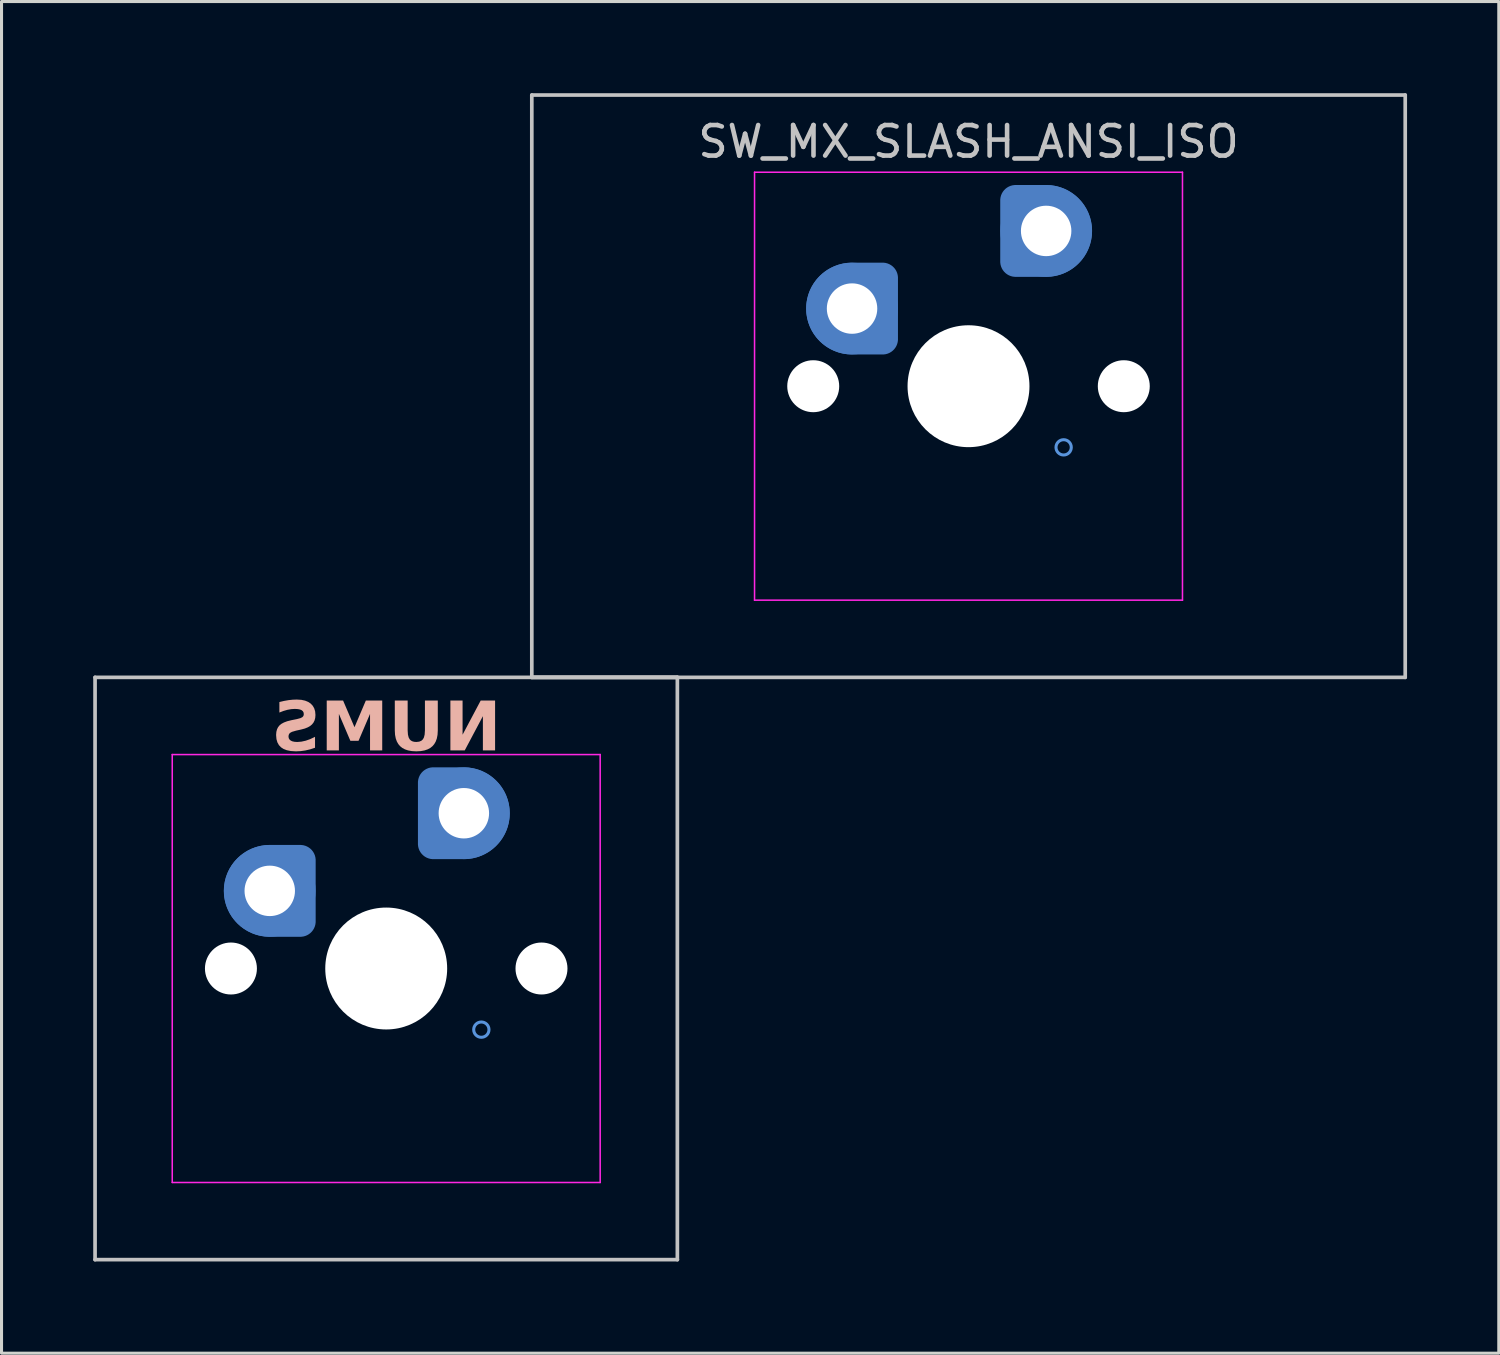
<source format=kicad_pcb>
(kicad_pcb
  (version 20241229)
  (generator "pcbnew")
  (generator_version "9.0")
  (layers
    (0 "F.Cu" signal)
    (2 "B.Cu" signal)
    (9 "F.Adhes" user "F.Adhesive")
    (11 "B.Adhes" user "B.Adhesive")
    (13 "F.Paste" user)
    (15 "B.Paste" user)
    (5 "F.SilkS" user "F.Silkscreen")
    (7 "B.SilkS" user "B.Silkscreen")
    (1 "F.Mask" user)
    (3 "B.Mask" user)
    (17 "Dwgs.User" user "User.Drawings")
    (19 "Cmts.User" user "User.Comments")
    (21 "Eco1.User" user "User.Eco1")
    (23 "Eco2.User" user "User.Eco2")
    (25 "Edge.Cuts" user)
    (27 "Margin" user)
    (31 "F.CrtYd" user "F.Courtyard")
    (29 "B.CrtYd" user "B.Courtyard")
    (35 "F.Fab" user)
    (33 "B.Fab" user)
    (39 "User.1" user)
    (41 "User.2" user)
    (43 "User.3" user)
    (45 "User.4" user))
  (footprint "SW_MX_SLASH_ANSI_ISO"
    (layer "F.Cu")
    (at 28.635 9.585)
    (property "Reference" "SW_MX_SLASH_ANSI_ISO" (at 0 -8 0) (layer "Dwgs.User") (effects (font (size 1 1) (thickness 0.15))))
    (attr through_hole exclude_from_pos_files exclude_from_bom)
    (fp_line (start -28.575 9.525) (end -28.575 28.575) (stroke (width 0.12) (type solid)) (layer "Dwgs.User"))
    (fp_line (start -28.575 28.575) (end -9.525 28.575) (stroke (width 0.12) (type solid)) (layer "Dwgs.User"))
    (fp_line (start -14.287 -9.525) (end -14.287 9.525) (stroke (width 0.12) (type solid)) (layer "Dwgs.User"))
    (fp_line (start -14.287 9.525) (end -9.525 9.525) (stroke (width 0.12) (type solid)) (layer "Dwgs.User"))
    (fp_line (start -14.287 9.525) (end 14.287 9.525) (stroke (width 0.12) (type solid)) (layer "Dwgs.User"))
    (fp_line (start -9.525 9.525) (end -28.575 9.525) (stroke (width 0.12) (type solid)) (layer "Dwgs.User"))
    (fp_line (start -9.525 28.575) (end -9.525 9.525) (stroke (width 0.12) (type solid)) (layer "Dwgs.User"))
    (fp_line (start 14.287 -9.525) (end -14.287 -9.525) (stroke (width 0.12) (type solid)) (layer "Dwgs.User"))
    (fp_line (start 14.287 9.525) (end 14.287 -9.525) (stroke (width 0.12) (type solid)) (layer "Dwgs.User"))
    (fp_circle (center -22.86 16.51) (end -22.86 16.26) (stroke (width 0.1) (type default)) (fill no) (layer "Cmts.User"))
    (fp_circle (center -16.51 13.97) (end -16.51 13.72) (stroke (width 0.1) (type default)) (fill no) (layer "Cmts.User"))
    (fp_circle (center -15.938 21.05) (end -15.938 20.8) (stroke (width 0.1) (type default)) (fill no) (layer "Cmts.User"))
    (fp_circle (center -3.81 -2.54) (end -3.81 -2.79) (stroke (width 0.1) (type default)) (fill no) (layer "Cmts.User"))
    (fp_circle (center 2.54 -5.08) (end 2.54 -5.33) (stroke (width 0.1) (type default)) (fill no) (layer "Cmts.User"))
    (fp_circle (center 3.112 2) (end 3.112 1.75) (stroke (width 0.1) (type default)) (fill no) (layer "Cmts.User"))
    (fp_line (start -26.05 25.55) (end -26.05 12.55) (stroke (width 0.05) (type solid)) (layer "Eco2.User"))
    (fp_line (start -25.55 12.05) (end -12.55 12.05) (stroke (width 0.05) (type solid)) (layer "Eco2.User"))
    (fp_line (start -12.55 26.05) (end -25.55 26.05) (stroke (width 0.05) (type solid)) (layer "Eco2.User"))
    (fp_line (start -12.05 12.55) (end -12.05 25.55) (stroke (width 0.05) (type solid)) (layer "Eco2.User"))
    (fp_line (start -7 6.5) (end -7 -6.5) (stroke (width 0.05) (type solid)) (layer "Eco2.User"))
    (fp_line (start -6.5 -7) (end 6.5 -7) (stroke (width 0.05) (type solid)) (layer "Eco2.User"))
    (fp_line (start 6.5 7) (end -6.5 7) (stroke (width 0.05) (type solid)) (layer "Eco2.User"))
    (fp_line (start 7 -6.5) (end 7 6.5) (stroke (width 0.05) (type solid)) (layer "Eco2.User"))
    (fp_arc (start -26.05 12.55) (mid -25.903553 12.196447) (end -25.55 12.05) (stroke (width 0.05) (type solid)) (layer "Eco2.User"))
    (fp_arc (start -25.55 26.05) (mid -25.903553 25.903553) (end -26.05 25.55) (stroke (width 0.05) (type solid)) (layer "Eco2.User"))
    (fp_arc (start -12.55 12.05) (mid -12.196447 12.196447) (end -12.05 12.55) (stroke (width 0.05) (type solid)) (layer "Eco2.User"))
    (fp_arc (start -12.052764 25.548884) (mid -12.199211 25.902437) (end -12.552764 26.048884) (stroke (width 0.05) (type solid)) (layer "Eco2.User"))
    (fp_arc (start -7 -6.5) (mid -6.853553 -6.853553) (end -6.5 -7) (stroke (width 0.05) (type solid)) (layer "Eco2.User"))
    (fp_arc (start -6.5 7) (mid -6.853553 6.853553) (end -7 6.5) (stroke (width 0.05) (type solid)) (layer "Eco2.User"))
    (fp_arc (start 6.5 -7) (mid 6.853553 -6.853553) (end 7 -6.5) (stroke (width 0.05) (type solid)) (layer "Eco2.User"))
    (fp_arc (start 6.997236 6.498884) (mid 6.850789 6.852437) (end 6.497236 6.998884) (stroke (width 0.05) (type solid)) (layer "Eco2.User"))
    (fp_line (start -26.05 12.05) (end -26.05 26.05) (stroke (width 0.05) (type solid)) (layer "F.CrtYd"))
    (fp_line (start -26.05 26.05) (end -12.05 26.05) (stroke (width 0.05) (type solid)) (layer "F.CrtYd"))
    (fp_line (start -12.05 12.05) (end -26.05 12.05) (stroke (width 0.05) (type solid)) (layer "F.CrtYd"))
    (fp_line (start -12.05 26.05) (end -12.05 12.05) (stroke (width 0.05) (type solid)) (layer "F.CrtYd"))
    (fp_line (start -7 -7) (end -7 7) (stroke (width 0.05) (type solid)) (layer "F.CrtYd"))
    (fp_line (start -7 7) (end 7 7) (stroke (width 0.05) (type solid)) (layer "F.CrtYd"))
    (fp_line (start 7 -7) (end -7 -7) (stroke (width 0.05) (type solid)) (layer "F.CrtYd"))
    (fp_line (start 7 7) (end 7 -7) (stroke (width 0.05) (type solid)) (layer "F.CrtYd"))
    (fp_text user "NUMS" (at -19.05 11.25 0) (unlocked yes) (layer "B.SilkS") (effects (font (face "Hitmo2.0") (size 1.6 1.6) (thickness 0.3) (bold yes)) (justify mirror)))
    (pad "" np_thru_hole circle (at -24.13 19.05) (size 1.7 1.7) (drill 1.7) (layers "*.Cu" "*.Mask"))
    (pad "" np_thru_hole circle (at -19.05 19.05) (size 3.988 3.988) (drill 3.988) (layers "*.Cu" "*.Mask"))
    (pad "" np_thru_hole circle (at -13.97 19.05) (size 1.7 1.7) (drill 1.7) (layers "*.Cu" "*.Mask"))
    (pad "" np_thru_hole circle (at -5.08 0) (size 1.7 1.7) (drill 1.7) (layers "*.Cu" "*.Mask"))
    (pad "" np_thru_hole circle (at 0 0) (size 3.988 3.988) (drill 3.988) (layers "*.Cu" "*.Mask"))
    (pad "" np_thru_hole circle (at 5.08 0) (size 1.7 1.7) (drill 1.7) (layers "*.Cu" "*.Mask"))
    (pad "1" thru_hole circle (at -22.86 16.51) (size 2 2) (drill 1.65) (layers "*.Cu") (remove_unused_layers yes) (keep_end_layers yes) (zone_layer_connections))
    (pad "1" smd custom (at -22.86 16.51) (size 2.7 2.7) (layers "B.Cu" "B.Mask") (options (anchor circle)) (primitives (gr_poly (pts (arc (start 0 1.35) (mid -1.35 0) (end 0 -1.35)) (arc (start 0.9 -1.35) (mid 1.218198 -1.218198) (end 1.35 -0.9)) (arc (start 1.35 0.9) (mid 1.218198 1.218198) (end 0.9 1.35))) (width 0.004) (fill yes))))
    (pad "1" smd circle (at -22.86 16.51) (size 3 3) (layers "B.Cu"))
    (pad "1" smd custom (at -22.86 16.51) (size 3 3) (layers "B.Cu") (options (anchor circle)) (primitives (gr_poly (pts (arc (start 0 1.5) (mid -1.5 0) (end 0 -1.5)) (arc (start 1 -1.5) (mid 1.353554 -1.353554) (end 1.5 -1)) (arc (start 1.5 1) (mid 1.353554 1.353554) (end 1 1.5))) (width 0.004) (fill yes))))
    (pad "1" thru_hole circle (at -3.81 -2.54) (size 2 2) (drill 1.65) (layers "*.Cu") (remove_unused_layers yes) (keep_end_layers yes) (zone_layer_connections))
    (pad "1" smd custom (at -3.81 -2.54) (size 2.7 2.7) (layers "B.Cu" "B.Mask") (options (anchor circle)) (primitives (gr_poly (pts (arc (start 0 1.35) (mid -1.35 0) (end 0 -1.35)) (arc (start 0.9 -1.35) (mid 1.218198 -1.218198) (end 1.35 -0.9)) (arc (start 1.35 0.9) (mid 1.218198 1.218198) (end 0.9 1.35))) (width 0.004) (fill yes))))
    (pad "1" smd circle (at -3.81 -2.54) (size 3 3) (layers "B.Cu"))
    (pad "1" smd custom (at -3.81 -2.54) (size 3 3) (layers "B.Cu") (options (anchor circle)) (primitives (gr_poly (pts (arc (start 0 1.5) (mid -1.5 0) (end 0 -1.5)) (arc (start 1 -1.5) (mid 1.353554 -1.353554) (end 1.5 -1)) (arc (start 1.5 1) (mid 1.353554 1.353554) (end 1 1.5))) (width 0.004) (fill yes))))
    (pad "2" thru_hole circle (at -16.51 13.97 180) (size 2 2) (drill 1.65) (layers "*.Cu") (remove_unused_layers yes) (keep_end_layers yes) (zone_layer_connections))
    (pad "2" smd custom (at -16.51 13.97 180) (size 2.7 2.7) (layers "B.Cu" "B.Mask") (options (anchor circle)) (primitives (gr_poly (pts (arc (start 0 1.35) (mid -1.35 0) (end 0 -1.35)) (arc (start 0.9 -1.35) (mid 1.218198 -1.218198) (end 1.35 -0.9)) (arc (start 1.35 0.9) (mid 1.218198 1.218198) (end 0.9 1.35))) (width 0.004) (fill yes))))
    (pad "2" smd circle (at -16.51 13.97) (size 3 3) (layers "B.Cu"))
    (pad "2" smd custom (at -16.51 13.97 180) (size 3 3) (layers "B.Cu") (options (anchor circle)) (primitives (gr_poly (pts (arc (start 0 1.5) (mid -1.5 0) (end 0 -1.5)) (arc (start 1 -1.5) (mid 1.353554 -1.353554) (end 1.5 -1)) (arc (start 1.5 1) (mid 1.353554 1.353554) (end 1 1.5))) (width 0.004) (fill yes))))
    (pad "2" thru_hole circle (at 2.54 -5.08 180) (size 2 2) (drill 1.65) (layers "*.Cu") (remove_unused_layers yes) (keep_end_layers yes) (zone_layer_connections))
    (pad "2" smd custom (at 2.54 -5.08 180) (size 2.7 2.7) (layers "B.Cu" "B.Mask") (options (anchor circle)) (primitives (gr_poly (pts (arc (start 0 1.35) (mid -1.35 0) (end 0 -1.35)) (arc (start 0.9 -1.35) (mid 1.218198 -1.218198) (end 1.35 -0.9)) (arc (start 1.35 0.9) (mid 1.218198 1.218198) (end 0.9 1.35))) (width 0.004) (fill yes))))
    (pad "2" smd circle (at 2.54 -5.08) (size 3 3) (layers "B.Cu"))
    (pad "2" smd custom (at 2.54 -5.08 180) (size 3 3) (layers "B.Cu") (options (anchor circle)) (primitives (gr_poly (pts (arc (start 0 1.5) (mid -1.5 0) (end 0 -1.5)) (arc (start 1 -1.5) (mid 1.353554 -1.353554) (end 1.5 -1)) (arc (start 1.5 1) (mid 1.353554 1.353554) (end 1 1.5))) (width 0.004) (fill yes)))))
  (gr_rect
    (start -3 -3)
    (end 45.983 41.22)
    (stroke (width 0.1) (type default))
    (fill no)
    (layer "Edge.Cuts")))
</source>
